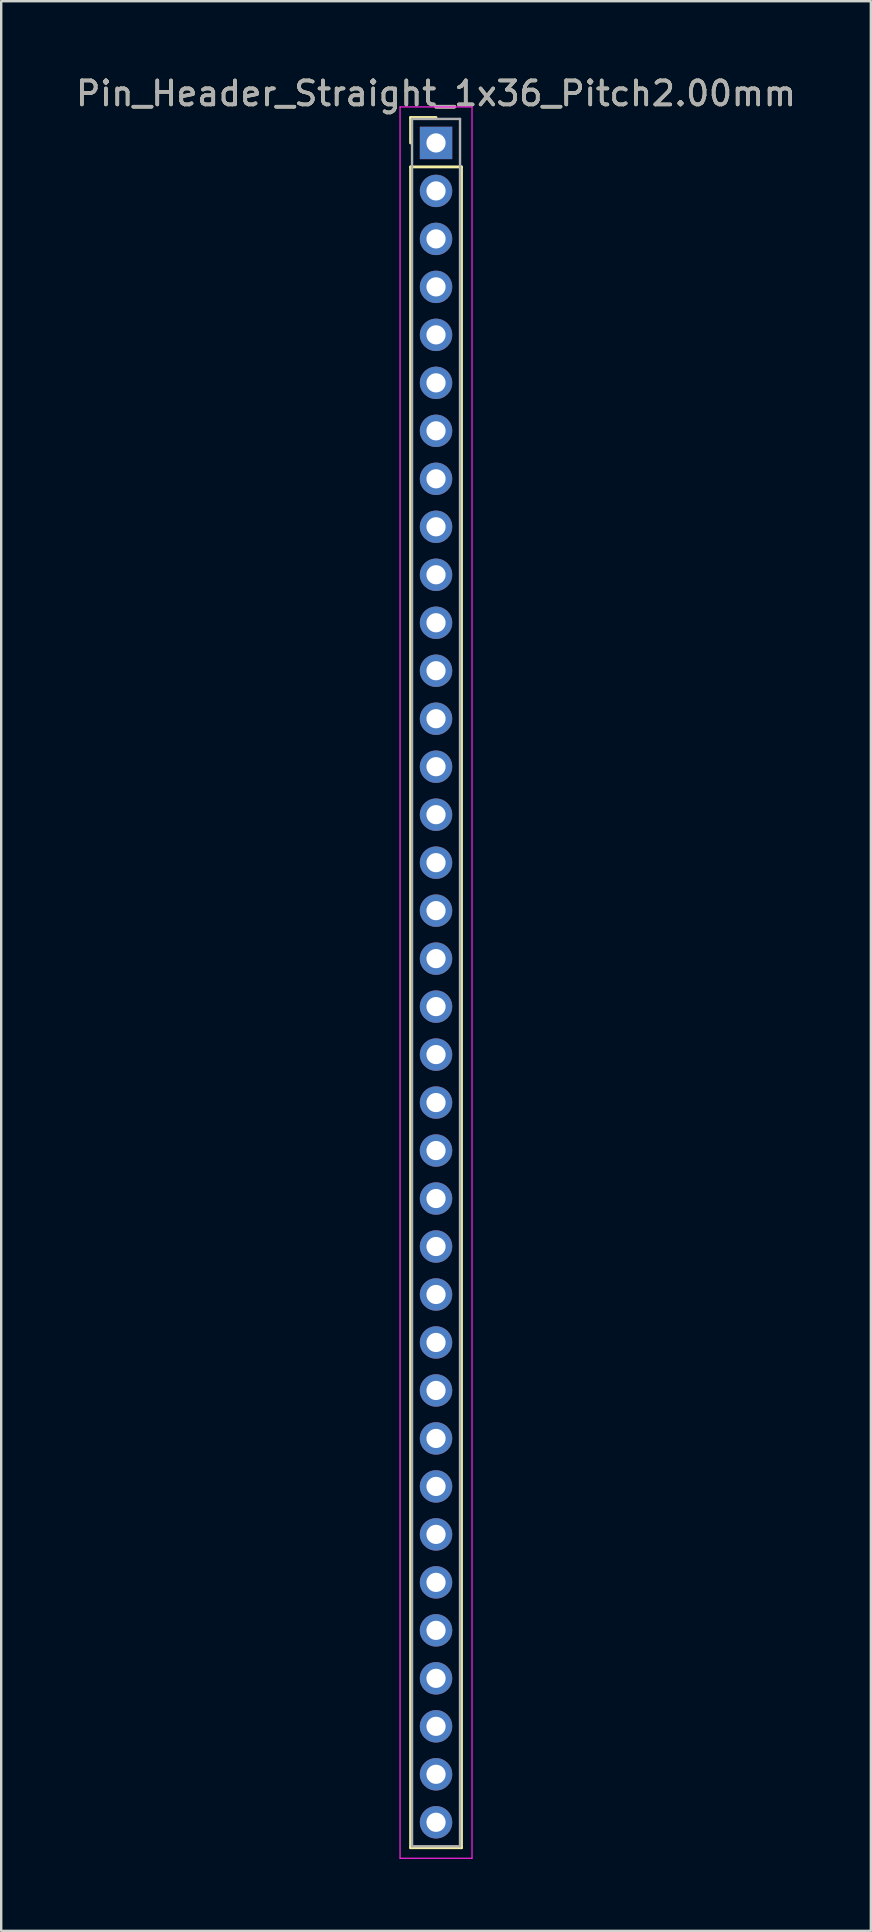
<source format=kicad_pcb>
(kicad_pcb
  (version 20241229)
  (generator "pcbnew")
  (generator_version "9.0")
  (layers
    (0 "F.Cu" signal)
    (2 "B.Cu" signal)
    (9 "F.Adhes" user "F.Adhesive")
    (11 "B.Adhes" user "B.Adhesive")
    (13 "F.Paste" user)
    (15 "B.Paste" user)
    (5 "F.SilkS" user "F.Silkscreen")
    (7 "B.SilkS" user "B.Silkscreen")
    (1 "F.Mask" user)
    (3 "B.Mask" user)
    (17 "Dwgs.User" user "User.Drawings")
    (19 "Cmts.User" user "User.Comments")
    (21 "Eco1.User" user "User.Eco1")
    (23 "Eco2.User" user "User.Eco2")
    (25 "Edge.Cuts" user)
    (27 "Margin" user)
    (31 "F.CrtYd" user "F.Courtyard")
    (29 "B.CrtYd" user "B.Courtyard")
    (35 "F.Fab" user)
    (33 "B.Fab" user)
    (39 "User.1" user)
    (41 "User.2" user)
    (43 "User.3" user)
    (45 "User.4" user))
  (footprint "Pin_Header_Straight_1x36_Pitch2.00mm"
    (layer "F.Cu")
    (at 15.125 2.908)
    (property "Reference" "Pin_Header_Straight_1x36_Pitch2.00mm" (at 0 -2.06 0) (layer "F.SilkS") (effects (font (size 1 1) (thickness 0.15))))
    (attr through_hole)
    (fp_line (start -1.06 -1.06) (end 0 -1.06) (stroke (width 0.12) (type solid)) (layer "F.SilkS"))
    (fp_line (start -1.06 0) (end -1.06 -1.06) (stroke (width 0.12) (type solid)) (layer "F.SilkS"))
    (fp_line (start -1.06 1) (end -1.06 71.06) (stroke (width 0.12) (type solid)) (layer "F.SilkS"))
    (fp_line (start -1.06 71.06) (end 1.06 71.06) (stroke (width 0.12) (type solid)) (layer "F.SilkS"))
    (fp_line (start 1.06 1) (end -1.06 1) (stroke (width 0.12) (type solid)) (layer "F.SilkS"))
    (fp_line (start 1.06 71.06) (end 1.06 1) (stroke (width 0.12) (type solid)) (layer "F.SilkS"))
    (fp_line (start -1.5 -1.5) (end -1.5 71.5) (stroke (width 0.05) (type solid)) (layer "F.CrtYd"))
    (fp_line (start -1.5 71.5) (end 1.5 71.5) (stroke (width 0.05) (type solid)) (layer "F.CrtYd"))
    (fp_line (start 1.5 -1.5) (end -1.5 -1.5) (stroke (width 0.05) (type solid)) (layer "F.CrtYd"))
    (fp_line (start 1.5 71.5) (end 1.5 -1.5) (stroke (width 0.05) (type solid)) (layer "F.CrtYd"))
    (fp_line (start -1 -1) (end -1 71) (stroke (width 0.1) (type solid)) (layer "F.Fab"))
    (fp_line (start -1 71) (end 1 71) (stroke (width 0.1) (type solid)) (layer "F.Fab"))
    (fp_line (start 1 -1) (end -1 -1) (stroke (width 0.1) (type solid)) (layer "F.Fab"))
    (fp_line (start 1 71) (end 1 -1) (stroke (width 0.1) (type solid)) (layer "F.Fab"))
    (fp_text user "${REFERENCE}" (at 0 -2.06 0) (layer "F.Fab") (effects (font (size 1 1) (thickness 0.15))))
    (pad "1" thru_hole rect (at 0 0) (size 1.35 1.35) (drill 0.8) (layers "*.Cu" "*.Mask"))
    (pad "2" thru_hole oval (at 0 2) (size 1.35 1.35) (drill 0.8) (layers "*.Cu" "*.Mask"))
    (pad "3" thru_hole oval (at 0 4) (size 1.35 1.35) (drill 0.8) (layers "*.Cu" "*.Mask"))
    (pad "4" thru_hole oval (at 0 6) (size 1.35 1.35) (drill 0.8) (layers "*.Cu" "*.Mask"))
    (pad "5" thru_hole oval (at 0 8) (size 1.35 1.35) (drill 0.8) (layers "*.Cu" "*.Mask"))
    (pad "6" thru_hole oval (at 0 10) (size 1.35 1.35) (drill 0.8) (layers "*.Cu" "*.Mask"))
    (pad "7" thru_hole oval (at 0 12) (size 1.35 1.35) (drill 0.8) (layers "*.Cu" "*.Mask"))
    (pad "8" thru_hole oval (at 0 14) (size 1.35 1.35) (drill 0.8) (layers "*.Cu" "*.Mask"))
    (pad "9" thru_hole oval (at 0 16) (size 1.35 1.35) (drill 0.8) (layers "*.Cu" "*.Mask"))
    (pad "10" thru_hole oval (at 0 18) (size 1.35 1.35) (drill 0.8) (layers "*.Cu" "*.Mask"))
    (pad "11" thru_hole oval (at 0 20) (size 1.35 1.35) (drill 0.8) (layers "*.Cu" "*.Mask"))
    (pad "12" thru_hole oval (at 0 22) (size 1.35 1.35) (drill 0.8) (layers "*.Cu" "*.Mask"))
    (pad "13" thru_hole oval (at 0 24) (size 1.35 1.35) (drill 0.8) (layers "*.Cu" "*.Mask"))
    (pad "14" thru_hole oval (at 0 26) (size 1.35 1.35) (drill 0.8) (layers "*.Cu" "*.Mask"))
    (pad "15" thru_hole oval (at 0 28) (size 1.35 1.35) (drill 0.8) (layers "*.Cu" "*.Mask"))
    (pad "16" thru_hole oval (at 0 30) (size 1.35 1.35) (drill 0.8) (layers "*.Cu" "*.Mask"))
    (pad "17" thru_hole oval (at 0 32) (size 1.35 1.35) (drill 0.8) (layers "*.Cu" "*.Mask"))
    (pad "18" thru_hole oval (at 0 34) (size 1.35 1.35) (drill 0.8) (layers "*.Cu" "*.Mask"))
    (pad "19" thru_hole oval (at 0 36) (size 1.35 1.35) (drill 0.8) (layers "*.Cu" "*.Mask"))
    (pad "20" thru_hole oval (at 0 38) (size 1.35 1.35) (drill 0.8) (layers "*.Cu" "*.Mask"))
    (pad "21" thru_hole oval (at 0 40) (size 1.35 1.35) (drill 0.8) (layers "*.Cu" "*.Mask"))
    (pad "22" thru_hole oval (at 0 42) (size 1.35 1.35) (drill 0.8) (layers "*.Cu" "*.Mask"))
    (pad "23" thru_hole oval (at 0 44) (size 1.35 1.35) (drill 0.8) (layers "*.Cu" "*.Mask"))
    (pad "24" thru_hole oval (at 0 46) (size 1.35 1.35) (drill 0.8) (layers "*.Cu" "*.Mask"))
    (pad "25" thru_hole oval (at 0 48) (size 1.35 1.35) (drill 0.8) (layers "*.Cu" "*.Mask"))
    (pad "26" thru_hole oval (at 0 50) (size 1.35 1.35) (drill 0.8) (layers "*.Cu" "*.Mask"))
    (pad "27" thru_hole oval (at 0 52) (size 1.35 1.35) (drill 0.8) (layers "*.Cu" "*.Mask"))
    (pad "28" thru_hole oval (at 0 54) (size 1.35 1.35) (drill 0.8) (layers "*.Cu" "*.Mask"))
    (pad "29" thru_hole oval (at 0 56) (size 1.35 1.35) (drill 0.8) (layers "*.Cu" "*.Mask"))
    (pad "30" thru_hole oval (at 0 58) (size 1.35 1.35) (drill 0.8) (layers "*.Cu" "*.Mask"))
    (pad "31" thru_hole oval (at 0 60) (size 1.35 1.35) (drill 0.8) (layers "*.Cu" "*.Mask"))
    (pad "32" thru_hole oval (at 0 62) (size 1.35 1.35) (drill 0.8) (layers "*.Cu" "*.Mask"))
    (pad "33" thru_hole oval (at 0 64) (size 1.35 1.35) (drill 0.8) (layers "*.Cu" "*.Mask"))
    (pad "34" thru_hole oval (at 0 66) (size 1.35 1.35) (drill 0.8) (layers "*.Cu" "*.Mask"))
    (pad "35" thru_hole oval (at 0 68) (size 1.35 1.35) (drill 0.8) (layers "*.Cu" "*.Mask"))
    (pad "36" thru_hole oval (at 0 70) (size 1.35 1.35) (drill 0.8) (layers "*.Cu" "*.Mask")))
  (gr_rect
    (start -3 -3)
    (end 33.25 77.433)
    (stroke (width 0.1) (type default))
    (fill no)
    (layer "Edge.Cuts")))
</source>
